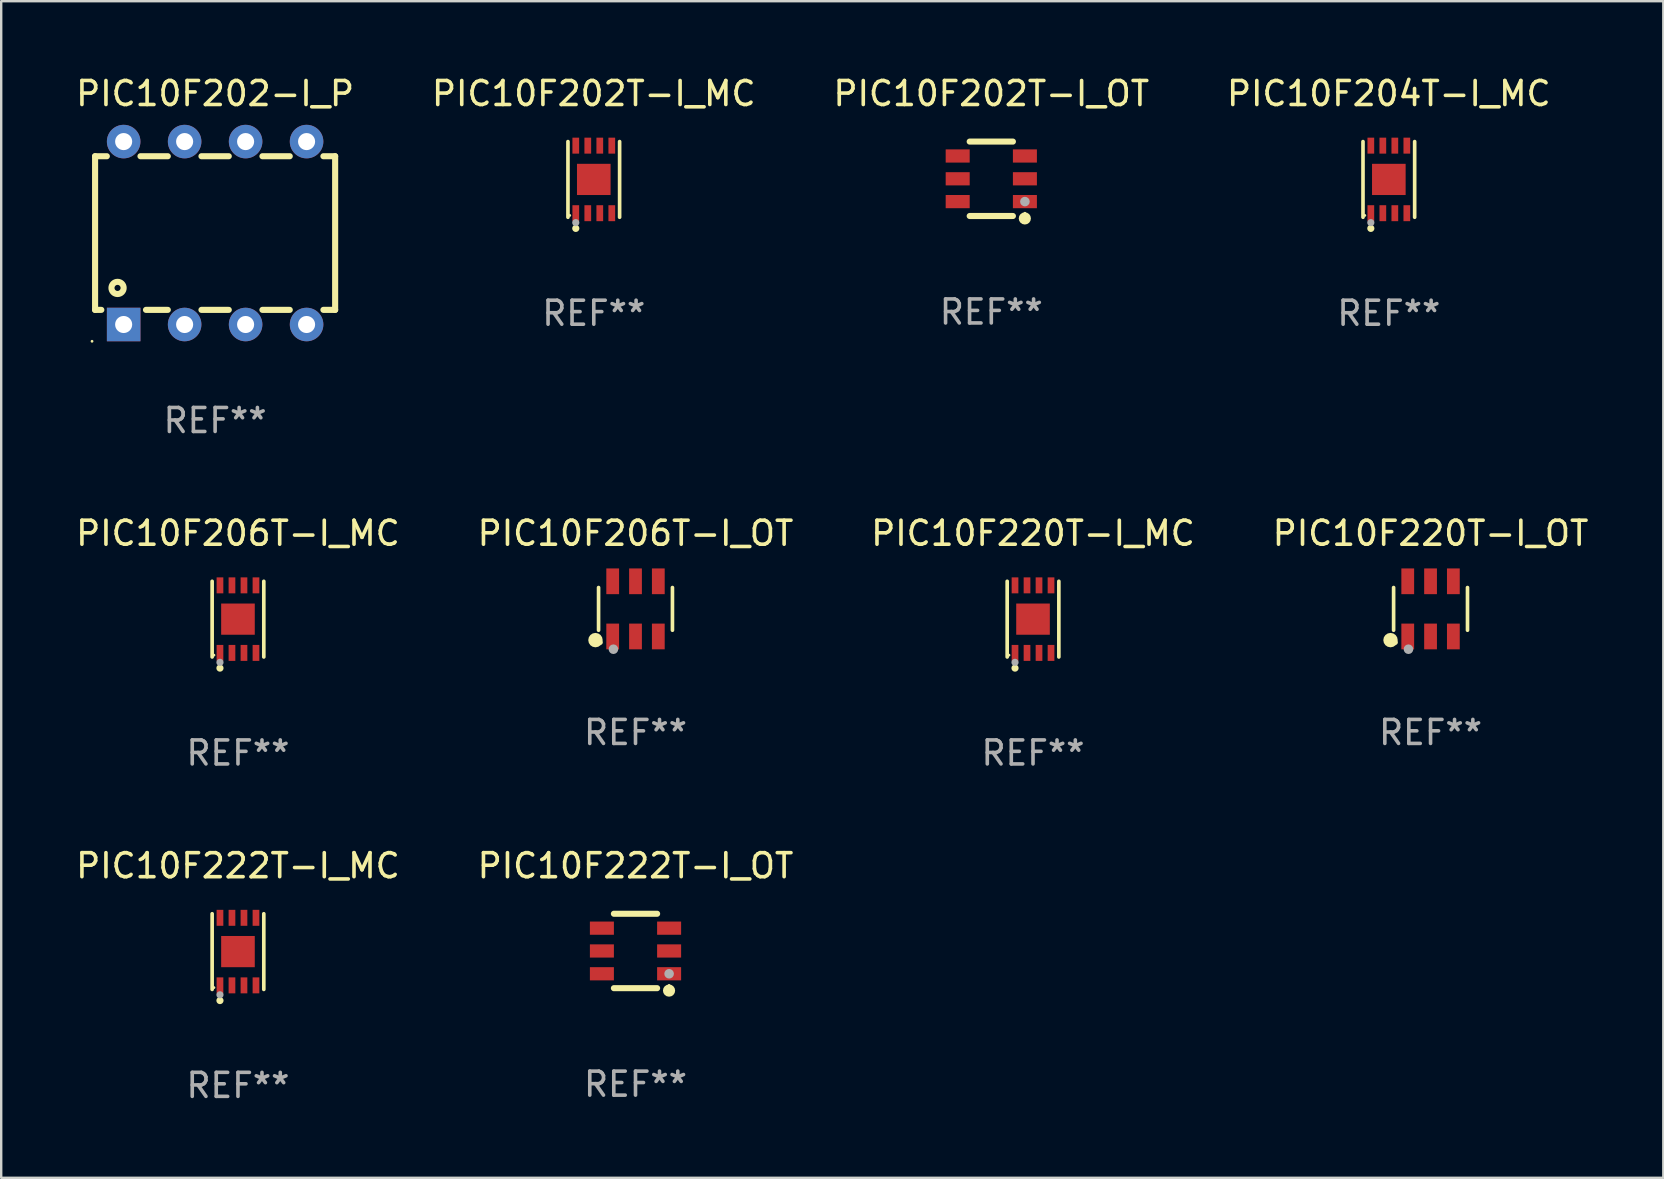
<source format=kicad_pcb>
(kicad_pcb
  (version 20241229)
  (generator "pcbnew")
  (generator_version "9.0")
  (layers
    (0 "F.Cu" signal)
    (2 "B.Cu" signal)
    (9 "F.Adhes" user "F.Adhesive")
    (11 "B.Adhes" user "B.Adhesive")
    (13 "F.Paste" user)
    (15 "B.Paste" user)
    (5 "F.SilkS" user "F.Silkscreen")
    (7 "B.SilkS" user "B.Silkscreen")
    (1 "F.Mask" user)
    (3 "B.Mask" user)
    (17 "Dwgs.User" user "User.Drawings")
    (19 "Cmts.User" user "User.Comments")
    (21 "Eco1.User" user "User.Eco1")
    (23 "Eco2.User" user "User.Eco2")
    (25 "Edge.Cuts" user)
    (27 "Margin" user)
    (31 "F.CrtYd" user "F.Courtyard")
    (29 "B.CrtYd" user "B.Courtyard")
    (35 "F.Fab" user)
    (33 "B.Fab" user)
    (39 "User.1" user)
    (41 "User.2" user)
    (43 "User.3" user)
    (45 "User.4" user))
  (footprint "PIC10F222T-I_MC"
    (layer "F.Cu")
    (at 6.863 36.59)
    (property "Reference" "PIC10F222T-I_MC" (at 0 -3.576 0) (layer "F.SilkS") (effects (font (size 1 1) (thickness 0.15))))
    (attr through_hole)
    (fp_line (start -1.076 1.576) (end -1.076 -1.576) (stroke (width 0.152) (type solid)) (layer "F.SilkS"))
    (fp_line (start 1.076 1.576) (end 1.076 -1.576) (stroke (width 0.152) (type solid)) (layer "F.SilkS"))
    (fp_circle (center -1 1.5) (end -0.97 1.5) (stroke (width 0.06) (type solid)) (fill no) (layer "F.SilkS"))
    (fp_circle (center -0.75 2.04) (end -0.675 2.04) (stroke (width 0.15) (type solid)) (fill no) (layer "F.SilkS"))
    (fp_circle (center -0.75 1.8) (end -0.675 1.8) (stroke (width 0.15) (type solid)) (fill no) (layer "F.Fab"))
    (fp_text user "REF**" (at 0 5.576 0) (layer "F.Fab") (effects (font (size 1 1) (thickness 0.15))))
    (pad "1" smd rect (at -0.75 1.407) (size 0.28 0.665) (layers "F.Cu" "F.Mask" "F.Paste"))
    (pad "2" smd rect (at -0.25 1.407) (size 0.28 0.665) (layers "F.Cu" "F.Mask" "F.Paste"))
    (pad "3" smd rect (at 0.25 1.407) (size 0.28 0.665) (layers "F.Cu" "F.Mask" "F.Paste"))
    (pad "4" smd rect (at 0.75 1.407) (size 0.28 0.665) (layers "F.Cu" "F.Mask" "F.Paste"))
    (pad "5" smd rect (at 0.75 -1.407) (size 0.28 0.665) (layers "F.Cu" "F.Mask" "F.Paste"))
    (pad "6" smd rect (at 0.25 -1.407) (size 0.28 0.665) (layers "F.Cu" "F.Mask" "F.Paste"))
    (pad "7" smd rect (at -0.25 -1.407) (size 0.28 0.665) (layers "F.Cu" "F.Mask" "F.Paste"))
    (pad "8" smd rect (at -0.75 -1.407) (size 0.28 0.665) (layers "F.Cu" "F.Mask" "F.Paste"))
    (pad "9" smd rect (at 0 0) (size 1.4 1.3) (layers "F.Cu" "F.Mask" "F.Paste")))
  (footprint "PIC10F202T-I_MC"
    (layer "F.Cu")
    (at 21.685 4.424)
    (property "Reference" "PIC10F202T-I_MC" (at 0 -3.576 0) (layer "F.SilkS") (effects (font (size 1 1) (thickness 0.15))))
    (attr through_hole)
    (fp_line (start -1.076 1.576) (end -1.076 -1.576) (stroke (width 0.152) (type solid)) (layer "F.SilkS"))
    (fp_line (start 1.076 1.576) (end 1.076 -1.576) (stroke (width 0.152) (type solid)) (layer "F.SilkS"))
    (fp_circle (center -1 1.5) (end -0.97 1.5) (stroke (width 0.06) (type solid)) (fill no) (layer "F.SilkS"))
    (fp_circle (center -0.75 2.04) (end -0.675 2.04) (stroke (width 0.15) (type solid)) (fill no) (layer "F.SilkS"))
    (fp_circle (center -0.75 1.8) (end -0.675 1.8) (stroke (width 0.15) (type solid)) (fill no) (layer "F.Fab"))
    (fp_text user "REF**" (at 0 5.576 0) (layer "F.Fab") (effects (font (size 1 1) (thickness 0.15))))
    (pad "1" smd rect (at -0.75 1.407) (size 0.28 0.665) (layers "F.Cu" "F.Mask" "F.Paste"))
    (pad "2" smd rect (at -0.25 1.407) (size 0.28 0.665) (layers "F.Cu" "F.Mask" "F.Paste"))
    (pad "3" smd rect (at 0.25 1.407) (size 0.28 0.665) (layers "F.Cu" "F.Mask" "F.Paste"))
    (pad "4" smd rect (at 0.75 1.407) (size 0.28 0.665) (layers "F.Cu" "F.Mask" "F.Paste"))
    (pad "5" smd rect (at 0.75 -1.407) (size 0.28 0.665) (layers "F.Cu" "F.Mask" "F.Paste"))
    (pad "6" smd rect (at 0.25 -1.407) (size 0.28 0.665) (layers "F.Cu" "F.Mask" "F.Paste"))
    (pad "7" smd rect (at -0.25 -1.407) (size 0.28 0.665) (layers "F.Cu" "F.Mask" "F.Paste"))
    (pad "8" smd rect (at -0.75 -1.407) (size 0.28 0.665) (layers "F.Cu" "F.Mask" "F.Paste"))
    (pad "9" smd rect (at 0 0) (size 1.4 1.3) (layers "F.Cu" "F.Mask" "F.Paste")))
  (footprint "PIC10F220T-I_OT"
    (layer "F.Cu")
    (at 56.542 22.314)
    (property "Reference" "PIC10F220T-I_OT" (at 0 -3.149 0) (layer "F.SilkS") (effects (font (size 1 1) (thickness 0.15))))
    (attr through_hole)
    (fp_line (start -1.539 0.889) (end -1.539 -0.889) (stroke (width 0.152) (type solid)) (layer "F.SilkS"))
    (fp_line (start 1.539 0.889) (end 1.539 -0.889) (stroke (width 0.152) (type solid)) (layer "F.SilkS"))
    (fp_circle (center -1.668 1.301) (end -1.518 1.301) (stroke (width 0.3) (type solid)) (fill no) (layer "F.SilkS"))
    (fp_circle (center -1.463 1.4) (end -1.413 1.4) (stroke (width 0.1) (type solid)) (fill no) (layer "F.SilkS"))
    (fp_circle (center -0.92 1.68) (end -0.82 1.68) (stroke (width 0.2) (type solid)) (fill no) (layer "F.Fab"))
    (fp_text user "REF**" (at 0 5.149 0) (layer "F.Fab") (effects (font (size 1 1) (thickness 0.15))))
    (pad "1" smd rect (at -0.95 1.149) (size 0.532 1.072) (layers "F.Cu" "F.Mask" "F.Paste"))
    (pad "2" smd rect (at 0 1.149) (size 0.532 1.072) (layers "F.Cu" "F.Mask" "F.Paste"))
    (pad "3" smd rect (at 0.95 1.149) (size 0.532 1.072) (layers "F.Cu" "F.Mask" "F.Paste"))
    (pad "4" smd rect (at 0.95 -1.149) (size 0.532 1.072) (layers "F.Cu" "F.Mask" "F.Paste"))
    (pad "5" smd rect (at 0 -1.149) (size 0.532 1.072) (layers "F.Cu" "F.Mask" "F.Paste"))
    (pad "6" smd rect (at -0.95 -1.149) (size 0.532 1.072) (layers "F.Cu" "F.Mask" "F.Paste")))
  (footprint "PIC10F206T-I_MC"
    (layer "F.Cu")
    (at 6.863 22.741)
    (property "Reference" "PIC10F206T-I_MC" (at 0 -3.576 0) (layer "F.SilkS") (effects (font (size 1 1) (thickness 0.15))))
    (attr through_hole)
    (fp_line (start -1.076 1.576) (end -1.076 -1.576) (stroke (width 0.152) (type solid)) (layer "F.SilkS"))
    (fp_line (start 1.076 1.576) (end 1.076 -1.576) (stroke (width 0.152) (type solid)) (layer "F.SilkS"))
    (fp_circle (center -1 1.5) (end -0.97 1.5) (stroke (width 0.06) (type solid)) (fill no) (layer "F.SilkS"))
    (fp_circle (center -0.75 2.04) (end -0.675 2.04) (stroke (width 0.15) (type solid)) (fill no) (layer "F.SilkS"))
    (fp_circle (center -0.75 1.8) (end -0.675 1.8) (stroke (width 0.15) (type solid)) (fill no) (layer "F.Fab"))
    (fp_text user "REF**" (at 0 5.576 0) (layer "F.Fab") (effects (font (size 1 1) (thickness 0.15))))
    (pad "1" smd rect (at -0.75 1.407) (size 0.28 0.665) (layers "F.Cu" "F.Mask" "F.Paste"))
    (pad "2" smd rect (at -0.25 1.407) (size 0.28 0.665) (layers "F.Cu" "F.Mask" "F.Paste"))
    (pad "3" smd rect (at 0.25 1.407) (size 0.28 0.665) (layers "F.Cu" "F.Mask" "F.Paste"))
    (pad "4" smd rect (at 0.75 1.407) (size 0.28 0.665) (layers "F.Cu" "F.Mask" "F.Paste"))
    (pad "5" smd rect (at 0.75 -1.407) (size 0.28 0.665) (layers "F.Cu" "F.Mask" "F.Paste"))
    (pad "6" smd rect (at 0.25 -1.407) (size 0.28 0.665) (layers "F.Cu" "F.Mask" "F.Paste"))
    (pad "7" smd rect (at -0.25 -1.407) (size 0.28 0.665) (layers "F.Cu" "F.Mask" "F.Paste"))
    (pad "8" smd rect (at -0.75 -1.407) (size 0.28 0.665) (layers "F.Cu" "F.Mask" "F.Paste"))
    (pad "9" smd rect (at 0 0) (size 1.4 1.3) (layers "F.Cu" "F.Mask" "F.Paste")))
  (footprint "PIC10F206T-I_OT"
    (layer "F.Cu")
    (at 23.423 22.314)
    (property "Reference" "PIC10F206T-I_OT" (at 0 -3.149 0) (layer "F.SilkS") (effects (font (size 1 1) (thickness 0.15))))
    (attr through_hole)
    (fp_line (start -1.539 0.889) (end -1.539 -0.889) (stroke (width 0.152) (type solid)) (layer "F.SilkS"))
    (fp_line (start 1.539 0.889) (end 1.539 -0.889) (stroke (width 0.152) (type solid)) (layer "F.SilkS"))
    (fp_circle (center -1.668 1.301) (end -1.518 1.301) (stroke (width 0.3) (type solid)) (fill no) (layer "F.SilkS"))
    (fp_circle (center -1.463 1.4) (end -1.413 1.4) (stroke (width 0.1) (type solid)) (fill no) (layer "F.SilkS"))
    (fp_circle (center -0.92 1.68) (end -0.82 1.68) (stroke (width 0.2) (type solid)) (fill no) (layer "F.Fab"))
    (fp_text user "REF**" (at 0 5.149 0) (layer "F.Fab") (effects (font (size 1 1) (thickness 0.15))))
    (pad "1" smd rect (at -0.95 1.149) (size 0.532 1.072) (layers "F.Cu" "F.Mask" "F.Paste"))
    (pad "2" smd rect (at 0 1.149) (size 0.532 1.072) (layers "F.Cu" "F.Mask" "F.Paste"))
    (pad "3" smd rect (at 0.95 1.149) (size 0.532 1.072) (layers "F.Cu" "F.Mask" "F.Paste"))
    (pad "4" smd rect (at 0.95 -1.149) (size 0.532 1.072) (layers "F.Cu" "F.Mask" "F.Paste"))
    (pad "5" smd rect (at 0 -1.149) (size 0.532 1.072) (layers "F.Cu" "F.Mask" "F.Paste"))
    (pad "6" smd rect (at -0.95 -1.149) (size 0.532 1.072) (layers "F.Cu" "F.Mask" "F.Paste")))
  (footprint "PIC10F202-I_P"
    (layer "F.Cu")
    (at 5.911 6.658)
    (property "Reference" "PIC10F202-I_P" (at 0 -5.81 0) (layer "F.SilkS") (effects (font (size 1 1) (thickness 0.15))))
    (attr through_hole)
    (fp_line (start -5 -3.2) (end -5 3.2) (stroke (width 0.254) (type solid)) (layer "F.SilkS"))
    (fp_line (start -5 -3.2) (end -4.511 -3.2) (stroke (width 0.254) (type solid)) (layer "F.SilkS"))
    (fp_line (start -5 3.2) (end -4.74 3.2) (stroke (width 0.254) (type solid)) (layer "F.SilkS"))
    (fp_line (start -3.109 -3.2) (end -1.971 -3.2) (stroke (width 0.254) (type solid)) (layer "F.SilkS"))
    (fp_line (start -2.88 3.2) (end -1.971 3.2) (stroke (width 0.254) (type solid)) (layer "F.SilkS"))
    (fp_line (start -0.569 -3.2) (end 0.569 -3.2) (stroke (width 0.254) (type solid)) (layer "F.SilkS"))
    (fp_line (start -0.569 3.2) (end 0.569 3.2) (stroke (width 0.254) (type solid)) (layer "F.SilkS"))
    (fp_line (start 1.971 -3.2) (end 3.109 -3.2) (stroke (width 0.254) (type solid)) (layer "F.SilkS"))
    (fp_line (start 1.971 3.2) (end 3.109 3.2) (stroke (width 0.254) (type solid)) (layer "F.SilkS"))
    (fp_line (start 4.511 -3.2) (end 5 -3.2) (stroke (width 0.254) (type solid)) (layer "F.SilkS"))
    (fp_line (start 4.511 3.2) (end 5 3.2) (stroke (width 0.254) (type solid)) (layer "F.SilkS"))
    (fp_line (start 5 -3.2) (end 5 3.2) (stroke (width 0.254) (type solid)) (layer "F.SilkS"))
    (fp_circle (center -5.127 4.509) (end -5.097 4.509) (stroke (width 0.06) (type solid)) (fill no) (layer "F.SilkS"))
    (fp_circle (center -4.064 2.286) (end -3.81 2.286) (stroke (width 0.254) (type solid)) (fill no) (layer "F.SilkS"))
    (fp_text user "REF**" (at 0 7.81 0) (layer "F.Fab") (effects (font (size 1 1) (thickness 0.15))))
    (pad "1" thru_hole rect (at -3.81 3.81) (size 1.397 1.397) (drill 0.711) (layers "*.Cu" "*.Mask"))
    (pad "2" thru_hole circle (at -1.27 3.81) (size 1.397 1.397) (drill 0.711) (layers "*.Cu" "*.Mask"))
    (pad "3" thru_hole circle (at 1.27 3.81) (size 1.397 1.397) (drill 0.711) (layers "*.Cu" "*.Mask"))
    (pad "4" thru_hole circle (at 3.81 3.81) (size 1.397 1.397) (drill 0.711) (layers "*.Cu" "*.Mask"))
    (pad "5" thru_hole circle (at 3.81 -3.81) (size 1.397 1.397) (drill 0.711) (layers "*.Cu" "*.Mask"))
    (pad "6" thru_hole circle (at 1.27 -3.81) (size 1.397 1.397) (drill 0.711) (layers "*.Cu" "*.Mask"))
    (pad "7" thru_hole circle (at -1.27 -3.81) (size 1.397 1.397) (drill 0.711) (layers "*.Cu" "*.Mask"))
    (pad "8" thru_hole circle (at -3.81 -3.81) (size 1.397 1.397) (drill 0.711) (layers "*.Cu" "*.Mask")))
  (footprint "PIC10F222T-I_OT"
    (layer "F.Cu")
    (at 23.423 36.564)
    (property "Reference" "PIC10F222T-I_OT" (at 0 -3.55 0) (layer "F.SilkS") (effects (font (size 1 1) (thickness 0.15))))
    (attr through_hole)
    (fp_line (start -0.9 -1.55) (end 0.9 -1.55) (stroke (width 0.254) (type solid)) (layer "F.SilkS"))
    (fp_line (start -0.9 1.55) (end 0.9 1.55) (stroke (width 0.254) (type solid)) (layer "F.SilkS"))
    (fp_circle (center 1.397 1.651) (end 1.524 1.651) (stroke (width 0.254) (type solid)) (fill no) (layer "F.SilkS"))
    (fp_circle (center 1.4 1.435) (end 1.43 1.435) (stroke (width 0.06) (type solid)) (fill no) (layer "F.SilkS"))
    (fp_circle (center 1.4 0.95) (end 1.5 0.95) (stroke (width 0.2) (type solid)) (fill no) (layer "F.Fab"))
    (fp_text user "REF**" (at 0 5.55 0) (layer "F.Fab") (effects (font (size 1 1) (thickness 0.15))))
    (pad "1" smd rect (at 1.4 0.95) (size 1 0.55) (layers "F.Cu" "F.Mask" "F.Paste"))
    (pad "2" smd rect (at 1.4 -0.000102) (size 1 0.55) (layers "F.Cu" "F.Mask" "F.Paste"))
    (pad "3" smd rect (at 1.4 -0.95) (size 1 0.55) (layers "F.Cu" "F.Mask" "F.Paste"))
    (pad "4" smd rect (at -1.4 -0.95) (size 1 0.55) (layers "F.Cu" "F.Mask" "F.Paste"))
    (pad "5" smd rect (at -1.4 -0.000102) (size 1 0.55) (layers "F.Cu" "F.Mask" "F.Paste"))
    (pad "6" smd rect (at -1.4 0.95) (size 1 0.55) (layers "F.Cu" "F.Mask" "F.Paste")))
  (footprint "PIC10F202T-I_OT"
    (layer "F.Cu")
    (at 38.244 4.398)
    (property "Reference" "PIC10F202T-I_OT" (at 0 -3.55 0) (layer "F.SilkS") (effects (font (size 1 1) (thickness 0.15))))
    (attr through_hole)
    (fp_line (start -0.9 -1.55) (end 0.9 -1.55) (stroke (width 0.254) (type solid)) (layer "F.SilkS"))
    (fp_line (start -0.9 1.55) (end 0.9 1.55) (stroke (width 0.254) (type solid)) (layer "F.SilkS"))
    (fp_circle (center 1.397 1.651) (end 1.524 1.651) (stroke (width 0.254) (type solid)) (fill no) (layer "F.SilkS"))
    (fp_circle (center 1.4 1.435) (end 1.43 1.435) (stroke (width 0.06) (type solid)) (fill no) (layer "F.SilkS"))
    (fp_circle (center 1.4 0.95) (end 1.5 0.95) (stroke (width 0.2) (type solid)) (fill no) (layer "F.Fab"))
    (fp_text user "REF**" (at 0 5.55 0) (layer "F.Fab") (effects (font (size 1 1) (thickness 0.15))))
    (pad "1" smd rect (at 1.4 0.95) (size 1 0.55) (layers "F.Cu" "F.Mask" "F.Paste"))
    (pad "2" smd rect (at 1.4 -0.000102) (size 1 0.55) (layers "F.Cu" "F.Mask" "F.Paste"))
    (pad "3" smd rect (at 1.4 -0.95) (size 1 0.55) (layers "F.Cu" "F.Mask" "F.Paste"))
    (pad "4" smd rect (at -1.4 -0.95) (size 1 0.55) (layers "F.Cu" "F.Mask" "F.Paste"))
    (pad "5" smd rect (at -1.4 -0.000102) (size 1 0.55) (layers "F.Cu" "F.Mask" "F.Paste"))
    (pad "6" smd rect (at -1.4 0.95) (size 1 0.55) (layers "F.Cu" "F.Mask" "F.Paste")))
  (footprint "PIC10F204T-I_MC"
    (layer "F.Cu")
    (at 54.804 4.424)
    (property "Reference" "PIC10F204T-I_MC" (at 0 -3.576 0) (layer "F.SilkS") (effects (font (size 1 1) (thickness 0.15))))
    (attr through_hole)
    (fp_line (start -1.076 1.576) (end -1.076 -1.576) (stroke (width 0.152) (type solid)) (layer "F.SilkS"))
    (fp_line (start 1.076 1.576) (end 1.076 -1.576) (stroke (width 0.152) (type solid)) (layer "F.SilkS"))
    (fp_circle (center -1 1.5) (end -0.97 1.5) (stroke (width 0.06) (type solid)) (fill no) (layer "F.SilkS"))
    (fp_circle (center -0.75 2.04) (end -0.675 2.04) (stroke (width 0.15) (type solid)) (fill no) (layer "F.SilkS"))
    (fp_circle (center -0.75 1.8) (end -0.675 1.8) (stroke (width 0.15) (type solid)) (fill no) (layer "F.Fab"))
    (fp_text user "REF**" (at 0 5.576 0) (layer "F.Fab") (effects (font (size 1 1) (thickness 0.15))))
    (pad "1" smd rect (at -0.75 1.407) (size 0.28 0.665) (layers "F.Cu" "F.Mask" "F.Paste"))
    (pad "2" smd rect (at -0.25 1.407) (size 0.28 0.665) (layers "F.Cu" "F.Mask" "F.Paste"))
    (pad "3" smd rect (at 0.25 1.407) (size 0.28 0.665) (layers "F.Cu" "F.Mask" "F.Paste"))
    (pad "4" smd rect (at 0.75 1.407) (size 0.28 0.665) (layers "F.Cu" "F.Mask" "F.Paste"))
    (pad "5" smd rect (at 0.75 -1.407) (size 0.28 0.665) (layers "F.Cu" "F.Mask" "F.Paste"))
    (pad "6" smd rect (at 0.25 -1.407) (size 0.28 0.665) (layers "F.Cu" "F.Mask" "F.Paste"))
    (pad "7" smd rect (at -0.25 -1.407) (size 0.28 0.665) (layers "F.Cu" "F.Mask" "F.Paste"))
    (pad "8" smd rect (at -0.75 -1.407) (size 0.28 0.665) (layers "F.Cu" "F.Mask" "F.Paste"))
    (pad "9" smd rect (at 0 0) (size 1.4 1.3) (layers "F.Cu" "F.Mask" "F.Paste")))
  (footprint "PIC10F220T-I_MC"
    (layer "F.Cu")
    (at 39.982 22.741)
    (property "Reference" "PIC10F220T-I_MC" (at 0 -3.576 0) (layer "F.SilkS") (effects (font (size 1 1) (thickness 0.15))))
    (attr through_hole)
    (fp_line (start -1.076 1.576) (end -1.076 -1.576) (stroke (width 0.152) (type solid)) (layer "F.SilkS"))
    (fp_line (start 1.076 1.576) (end 1.076 -1.576) (stroke (width 0.152) (type solid)) (layer "F.SilkS"))
    (fp_circle (center -1 1.5) (end -0.97 1.5) (stroke (width 0.06) (type solid)) (fill no) (layer "F.SilkS"))
    (fp_circle (center -0.75 2.04) (end -0.675 2.04) (stroke (width 0.15) (type solid)) (fill no) (layer "F.SilkS"))
    (fp_circle (center -0.75 1.8) (end -0.675 1.8) (stroke (width 0.15) (type solid)) (fill no) (layer "F.Fab"))
    (fp_text user "REF**" (at 0 5.576 0) (layer "F.Fab") (effects (font (size 1 1) (thickness 0.15))))
    (pad "1" smd rect (at -0.75 1.407) (size 0.28 0.665) (layers "F.Cu" "F.Mask" "F.Paste"))
    (pad "2" smd rect (at -0.25 1.407) (size 0.28 0.665) (layers "F.Cu" "F.Mask" "F.Paste"))
    (pad "3" smd rect (at 0.25 1.407) (size 0.28 0.665) (layers "F.Cu" "F.Mask" "F.Paste"))
    (pad "4" smd rect (at 0.75 1.407) (size 0.28 0.665) (layers "F.Cu" "F.Mask" "F.Paste"))
    (pad "5" smd rect (at 0.75 -1.407) (size 0.28 0.665) (layers "F.Cu" "F.Mask" "F.Paste"))
    (pad "6" smd rect (at 0.25 -1.407) (size 0.28 0.665) (layers "F.Cu" "F.Mask" "F.Paste"))
    (pad "7" smd rect (at -0.25 -1.407) (size 0.28 0.665) (layers "F.Cu" "F.Mask" "F.Paste"))
    (pad "8" smd rect (at -0.75 -1.407) (size 0.28 0.665) (layers "F.Cu" "F.Mask" "F.Paste"))
    (pad "9" smd rect (at 0 0) (size 1.4 1.3) (layers "F.Cu" "F.Mask" "F.Paste")))
  (gr_rect
    (start -3 -3)
    (end 66.238 46.014)
    (stroke (width 0.1) (type default))
    (fill no)
    (layer "Edge.Cuts")))
</source>
